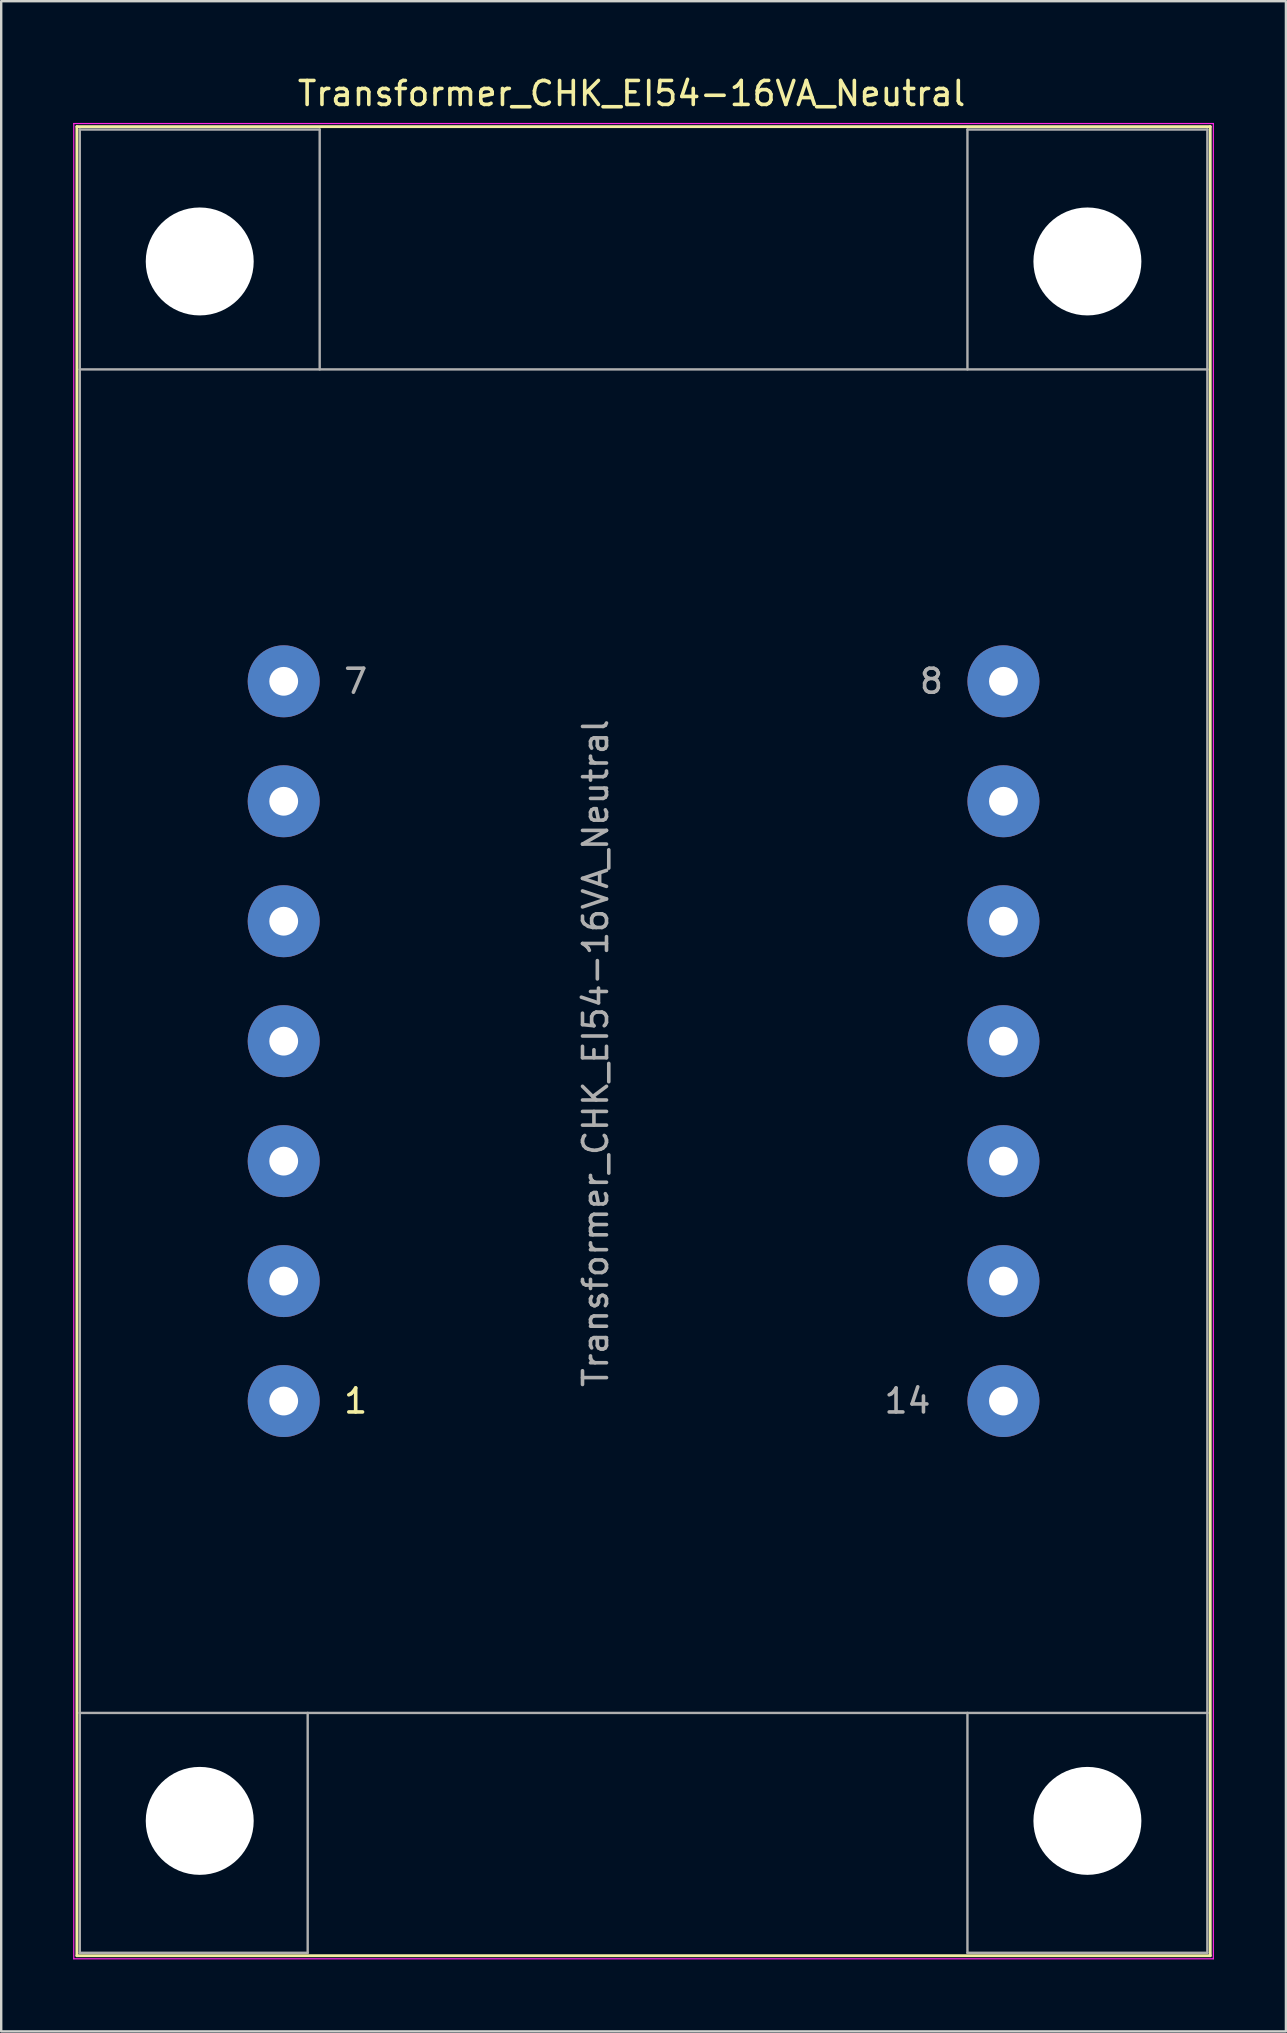
<source format=kicad_pcb>
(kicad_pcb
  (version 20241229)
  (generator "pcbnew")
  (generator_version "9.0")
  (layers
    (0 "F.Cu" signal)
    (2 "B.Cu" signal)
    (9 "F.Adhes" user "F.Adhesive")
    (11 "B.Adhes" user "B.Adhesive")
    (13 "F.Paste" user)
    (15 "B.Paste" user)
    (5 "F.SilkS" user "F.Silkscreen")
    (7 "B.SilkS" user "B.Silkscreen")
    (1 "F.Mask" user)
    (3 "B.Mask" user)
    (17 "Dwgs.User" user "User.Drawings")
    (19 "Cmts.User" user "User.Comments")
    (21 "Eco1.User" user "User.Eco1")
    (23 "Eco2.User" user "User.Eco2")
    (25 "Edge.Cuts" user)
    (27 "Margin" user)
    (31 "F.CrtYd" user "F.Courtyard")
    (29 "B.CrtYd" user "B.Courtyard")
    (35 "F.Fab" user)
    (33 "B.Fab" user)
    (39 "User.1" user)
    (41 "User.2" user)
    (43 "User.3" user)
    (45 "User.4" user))
  (footprint "Transformer_CHK_EI54-16VA_Neutral"
    (layer "F.Cu")
    (at 8.775 55.348)
    (property "Reference" "Transformer_CHK_EI54-16VA_Neutral" (at 14.5 -54.5 0) (layer "F.SilkS") (effects (font (size 1 1) (thickness 0.15))))
    (attr through_hole)
    (fp_line (start -8.62 -53.12) (end -8.62 23.12) (stroke (width 0.12) (type solid)) (layer "F.SilkS"))
    (fp_line (start -8.62 -53.12) (end 38.62 -53.12) (stroke (width 0.12) (type solid)) (layer "F.SilkS"))
    (fp_line (start 38.62 23.12) (end -8.62 23.12) (stroke (width 0.12) (type solid)) (layer "F.SilkS"))
    (fp_line (start 38.62 23.12) (end 38.62 -53.12) (stroke (width 0.12) (type solid)) (layer "F.SilkS"))
    (fp_line (start -8.75 -53.25) (end -8.75 23.25) (stroke (width 0.05) (type solid)) (layer "F.CrtYd"))
    (fp_line (start -8.75 -53.25) (end 38.75 -53.25) (stroke (width 0.05) (type solid)) (layer "F.CrtYd"))
    (fp_line (start 38.75 23.25) (end -8.75 23.25) (stroke (width 0.05) (type solid)) (layer "F.CrtYd"))
    (fp_line (start 38.75 23.25) (end 38.75 -53.25) (stroke (width 0.05) (type solid)) (layer "F.CrtYd"))
    (fp_line (start -8.5 -53) (end 1.5 -53) (stroke (width 0.1) (type solid)) (layer "F.Fab"))
    (fp_line (start -8.5 -43) (end -8.5 -53) (stroke (width 0.1) (type solid)) (layer "F.Fab"))
    (fp_line (start -8.5 -43) (end -8.5 13) (stroke (width 0.1) (type solid)) (layer "F.Fab"))
    (fp_line (start -8.5 13) (end -8.5 23) (stroke (width 0.1) (type solid)) (layer "F.Fab"))
    (fp_line (start -8.5 13) (end 38.5 13) (stroke (width 0.1) (type solid)) (layer "F.Fab"))
    (fp_line (start -8.5 23) (end 1 23) (stroke (width 0.1) (type solid)) (layer "F.Fab"))
    (fp_line (start 1 23) (end 1 13) (stroke (width 0.1) (type solid)) (layer "F.Fab"))
    (fp_line (start 1.5 -53) (end 1.5 -43) (stroke (width 0.1) (type solid)) (layer "F.Fab"))
    (fp_line (start 28.5 -53) (end 28.5 -43) (stroke (width 0.1) (type solid)) (layer "F.Fab"))
    (fp_line (start 28.5 23) (end 28.5 13) (stroke (width 0.1) (type solid)) (layer "F.Fab"))
    (fp_line (start 38.5 -53) (end 28.5 -53) (stroke (width 0.1) (type solid)) (layer "F.Fab"))
    (fp_line (start 38.5 -43) (end -8.5 -43) (stroke (width 0.1) (type solid)) (layer "F.Fab"))
    (fp_line (start 38.5 -43) (end 38.5 -53) (stroke (width 0.1) (type solid)) (layer "F.Fab"))
    (fp_line (start 38.5 13) (end 38.5 -43) (stroke (width 0.1) (type solid)) (layer "F.Fab"))
    (fp_line (start 38.5 13) (end 38.5 23) (stroke (width 0.1) (type solid)) (layer "F.Fab"))
    (fp_line (start 38.5 23) (end 28.5 23) (stroke (width 0.1) (type solid)) (layer "F.Fab"))
    (fp_text user "1" (at 3 0 0) (layer "F.SilkS") (effects (font (size 1 1) (thickness 0.15))))
    (fp_text user "7" (at 3 -30 0) (layer "F.Fab") (effects (font (size 1 1) (thickness 0.15))))
    (fp_text user "14" (at 26 0 0) (layer "F.Fab") (effects (font (size 1 1) (thickness 0.15))))
    (fp_text user "8" (at 27 -30 0) (layer "F.Fab") (effects (font (size 1 1) (thickness 0.15))))
    (fp_text user "${REFERENCE}" (at 13 -14.5 90) (layer "F.Fab") (effects (font (size 1 1) (thickness 0.15))))
    (pad "" np_thru_hole circle (at -3.5 -47.5) (size 4.5 4.5) (drill 4.5) (layers "*.Cu" "*.Mask"))
    (pad "" np_thru_hole circle (at -3.5 17.5) (size 4.5 4.5) (drill 4.5) (layers "*.Cu" "*.Mask"))
    (pad "" np_thru_hole circle (at 33.5 -47.5) (size 4.5 4.5) (drill 4.5) (layers "*.Cu" "*.Mask"))
    (pad "" np_thru_hole circle (at 33.5 17.5) (size 4.5 4.5) (drill 4.5) (layers "*.Cu" "*.Mask"))
    (pad "1" thru_hole circle (at 0 0) (size 3 3) (drill 1.2) (layers "*.Cu" "*.Mask"))
    (pad "2" thru_hole circle (at 0 -5) (size 3 3) (drill 1.2) (layers "*.Cu" "*.Mask"))
    (pad "3" thru_hole circle (at 0 -10) (size 3 3) (drill 1.2) (layers "*.Cu" "*.Mask"))
    (pad "4" thru_hole circle (at 0 -15) (size 3 3) (drill 1.2) (layers "*.Cu" "*.Mask"))
    (pad "5" thru_hole circle (at 0 -20) (size 3 3) (drill 1.2) (layers "*.Cu" "*.Mask"))
    (pad "6" thru_hole circle (at 0 -25) (size 3 3) (drill 1.2) (layers "*.Cu" "*.Mask"))
    (pad "7" thru_hole circle (at 0 -30) (size 3 3) (drill 1.2) (layers "*.Cu" "*.Mask"))
    (pad "8" thru_hole circle (at 30 -30) (size 3 3) (drill 1.2) (layers "*.Cu" "*.Mask"))
    (pad "9" thru_hole circle (at 30 -25) (size 3 3) (drill 1.2) (layers "*.Cu" "*.Mask"))
    (pad "10" thru_hole circle (at 30 -20) (size 3 3) (drill 1.2) (layers "*.Cu" "*.Mask"))
    (pad "11" thru_hole circle (at 30 -15) (size 3 3) (drill 1.2) (layers "*.Cu" "*.Mask"))
    (pad "12" thru_hole circle (at 30 -10) (size 3 3) (drill 1.2) (layers "*.Cu" "*.Mask"))
    (pad "13" thru_hole circle (at 30 -5) (size 3 3) (drill 1.2) (layers "*.Cu" "*.Mask"))
    (pad "14" thru_hole circle (at 30 0) (size 3 3) (drill 1.2) (layers "*.Cu" "*.Mask")))
  (gr_rect
    (start -3 -3)
    (end 50.55 81.623)
    (stroke (width 0.1) (type default))
    (fill no)
    (layer "Edge.Cuts")))
</source>
